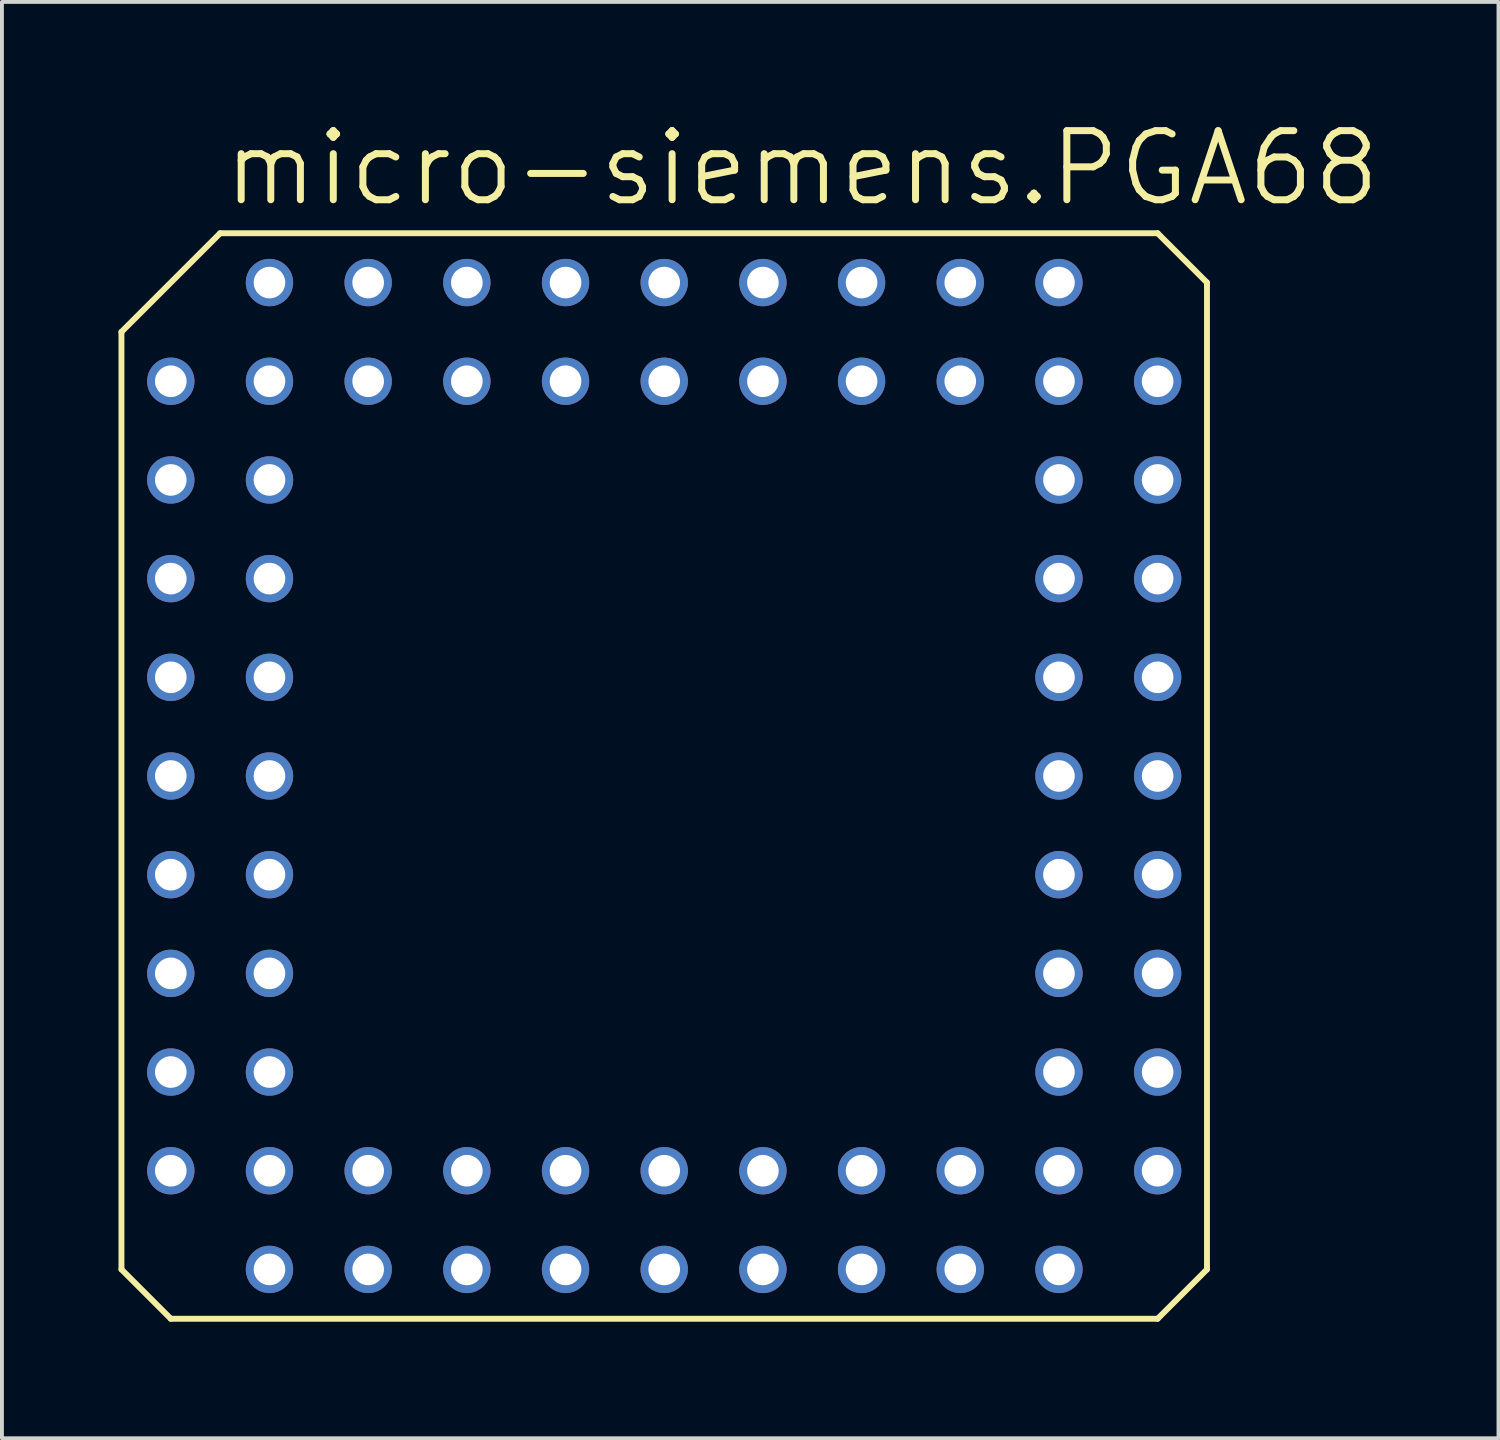
<source format=kicad_pcb>
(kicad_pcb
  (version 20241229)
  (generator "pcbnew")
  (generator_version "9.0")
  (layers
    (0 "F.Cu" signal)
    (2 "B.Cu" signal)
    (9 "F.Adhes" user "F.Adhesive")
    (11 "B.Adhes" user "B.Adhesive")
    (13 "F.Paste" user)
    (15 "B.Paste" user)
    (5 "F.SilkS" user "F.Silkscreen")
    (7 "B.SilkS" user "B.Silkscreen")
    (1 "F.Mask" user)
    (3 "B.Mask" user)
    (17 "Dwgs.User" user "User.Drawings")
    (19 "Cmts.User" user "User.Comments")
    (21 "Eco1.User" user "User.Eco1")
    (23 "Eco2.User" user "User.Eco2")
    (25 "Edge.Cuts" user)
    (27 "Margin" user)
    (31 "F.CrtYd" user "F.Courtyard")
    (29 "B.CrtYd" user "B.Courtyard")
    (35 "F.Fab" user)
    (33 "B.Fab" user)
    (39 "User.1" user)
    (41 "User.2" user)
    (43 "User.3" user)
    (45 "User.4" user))
  (footprint "micro-siemens.PGA68"
    (layer "F.Cu")
    (at 14.046 16.923)
    (property "Reference" "micro-siemens.PGA68" (at -11.43 -14.605 0) (layer "F.SilkS") (effects (font (size 1.778 1.778) (thickness 0.18)) (justify left bottom)))
    (attr through_hole)
    (fp_line (start -13.97 -11.43) (end -11.43 -13.97) (stroke (width 0.152) (type default)) (layer "F.SilkS"))
    (fp_line (start -13.97 12.7) (end -13.97 -11.43) (stroke (width 0.152) (type default)) (layer "F.SilkS"))
    (fp_line (start -12.7 13.97) (end -13.97 12.7) (stroke (width 0.152) (type default)) (layer "F.SilkS"))
    (fp_line (start -11.43 -13.97) (end 12.7 -13.97) (stroke (width 0.152) (type default)) (layer "F.SilkS"))
    (fp_line (start 12.7 -13.97) (end 13.97 -12.7) (stroke (width 0.152) (type default)) (layer "F.SilkS"))
    (fp_line (start 12.7 13.97) (end -12.7 13.97) (stroke (width 0.152) (type default)) (layer "F.SilkS"))
    (fp_line (start 13.97 -12.7) (end 13.97 12.7) (stroke (width 0.152) (type default)) (layer "F.SilkS"))
    (fp_line (start 13.97 12.7) (end 12.7 13.97) (stroke (width 0.152) (type default)) (layer "F.SilkS"))
    (pad "1" thru_hole circle (at -12.7 -10.16) (size 1.219 1.219) (drill 0.813) (layers "*.Cu" "*.Mask"))
    (pad "2" thru_hole circle (at -10.16 -10.16) (size 1.219 1.219) (drill 0.813) (layers "*.Cu" "*.Mask"))
    (pad "3" thru_hole circle (at -12.7 -7.62) (size 1.219 1.219) (drill 0.813) (layers "*.Cu" "*.Mask"))
    (pad "4" thru_hole circle (at -10.16 -7.62) (size 1.219 1.219) (drill 0.813) (layers "*.Cu" "*.Mask"))
    (pad "5" thru_hole circle (at -12.7 -5.08) (size 1.219 1.219) (drill 0.813) (layers "*.Cu" "*.Mask"))
    (pad "6" thru_hole circle (at -10.16 -5.08) (size 1.219 1.219) (drill 0.813) (layers "*.Cu" "*.Mask"))
    (pad "7" thru_hole circle (at -12.7 -2.54) (size 1.219 1.219) (drill 0.813) (layers "*.Cu" "*.Mask"))
    (pad "8" thru_hole circle (at -10.16 -2.54) (size 1.219 1.219) (drill 0.813) (layers "*.Cu" "*.Mask"))
    (pad "9" thru_hole circle (at -12.7 0) (size 1.219 1.219) (drill 0.813) (layers "*.Cu" "*.Mask"))
    (pad "10" thru_hole circle (at -10.16 0) (size 1.219 1.219) (drill 0.813) (layers "*.Cu" "*.Mask"))
    (pad "11" thru_hole circle (at -12.7 2.54) (size 1.219 1.219) (drill 0.813) (layers "*.Cu" "*.Mask"))
    (pad "12" thru_hole circle (at -10.16 2.54) (size 1.219 1.219) (drill 0.813) (layers "*.Cu" "*.Mask"))
    (pad "13" thru_hole circle (at -12.7 5.08) (size 1.219 1.219) (drill 0.813) (layers "*.Cu" "*.Mask"))
    (pad "14" thru_hole circle (at -10.16 5.08) (size 1.219 1.219) (drill 0.813) (layers "*.Cu" "*.Mask"))
    (pad "15" thru_hole circle (at -12.7 7.62) (size 1.219 1.219) (drill 0.813) (layers "*.Cu" "*.Mask"))
    (pad "16" thru_hole circle (at -10.16 7.62) (size 1.219 1.219) (drill 0.813) (layers "*.Cu" "*.Mask"))
    (pad "17" thru_hole circle (at -12.7 10.16) (size 1.219 1.219) (drill 0.813) (layers "*.Cu" "*.Mask"))
    (pad "18" thru_hole circle (at -10.16 12.7) (size 1.219 1.219) (drill 0.813) (layers "*.Cu" "*.Mask"))
    (pad "19" thru_hole circle (at -10.16 10.16) (size 1.219 1.219) (drill 0.813) (layers "*.Cu" "*.Mask"))
    (pad "20" thru_hole circle (at -7.62 12.7) (size 1.219 1.219) (drill 0.813) (layers "*.Cu" "*.Mask"))
    (pad "21" thru_hole circle (at -7.62 10.16) (size 1.219 1.219) (drill 0.813) (layers "*.Cu" "*.Mask"))
    (pad "22" thru_hole circle (at -5.08 12.7) (size 1.219 1.219) (drill 0.813) (layers "*.Cu" "*.Mask"))
    (pad "23" thru_hole circle (at -5.08 10.16) (size 1.219 1.219) (drill 0.813) (layers "*.Cu" "*.Mask"))
    (pad "24" thru_hole circle (at -2.54 12.7) (size 1.219 1.219) (drill 0.813) (layers "*.Cu" "*.Mask"))
    (pad "25" thru_hole circle (at -2.54 10.16) (size 1.219 1.219) (drill 0.813) (layers "*.Cu" "*.Mask"))
    (pad "26" thru_hole circle (at 0 12.7) (size 1.219 1.219) (drill 0.813) (layers "*.Cu" "*.Mask"))
    (pad "27" thru_hole circle (at 0 10.16) (size 1.219 1.219) (drill 0.813) (layers "*.Cu" "*.Mask"))
    (pad "28" thru_hole circle (at 2.54 12.7) (size 1.219 1.219) (drill 0.813) (layers "*.Cu" "*.Mask"))
    (pad "29" thru_hole circle (at 2.54 10.16) (size 1.219 1.219) (drill 0.813) (layers "*.Cu" "*.Mask"))
    (pad "30" thru_hole circle (at 5.08 12.7) (size 1.219 1.219) (drill 0.813) (layers "*.Cu" "*.Mask"))
    (pad "31" thru_hole circle (at 5.08 10.16) (size 1.219 1.219) (drill 0.813) (layers "*.Cu" "*.Mask"))
    (pad "32" thru_hole circle (at 7.62 12.7) (size 1.219 1.219) (drill 0.813) (layers "*.Cu" "*.Mask"))
    (pad "33" thru_hole circle (at 7.62 10.16) (size 1.219 1.219) (drill 0.813) (layers "*.Cu" "*.Mask"))
    (pad "34" thru_hole circle (at 10.16 12.7) (size 1.219 1.219) (drill 0.813) (layers "*.Cu" "*.Mask"))
    (pad "35" thru_hole circle (at 12.7 10.16) (size 1.219 1.219) (drill 0.813) (layers "*.Cu" "*.Mask"))
    (pad "36" thru_hole circle (at 10.16 10.16) (size 1.219 1.219) (drill 0.813) (layers "*.Cu" "*.Mask"))
    (pad "37" thru_hole circle (at 12.7 7.62) (size 1.219 1.219) (drill 0.813) (layers "*.Cu" "*.Mask"))
    (pad "38" thru_hole circle (at 10.16 7.62) (size 1.219 1.219) (drill 0.813) (layers "*.Cu" "*.Mask"))
    (pad "39" thru_hole circle (at 12.7 5.08) (size 1.219 1.219) (drill 0.813) (layers "*.Cu" "*.Mask"))
    (pad "40" thru_hole circle (at 10.16 5.08) (size 1.219 1.219) (drill 0.813) (layers "*.Cu" "*.Mask"))
    (pad "41" thru_hole circle (at 12.7 2.54) (size 1.219 1.219) (drill 0.813) (layers "*.Cu" "*.Mask"))
    (pad "42" thru_hole circle (at 10.16 2.54) (size 1.219 1.219) (drill 0.813) (layers "*.Cu" "*.Mask"))
    (pad "43" thru_hole circle (at 12.7 0) (size 1.219 1.219) (drill 0.813) (layers "*.Cu" "*.Mask"))
    (pad "44" thru_hole circle (at 10.16 0) (size 1.219 1.219) (drill 0.813) (layers "*.Cu" "*.Mask"))
    (pad "45" thru_hole circle (at 12.7 -2.54) (size 1.219 1.219) (drill 0.813) (layers "*.Cu" "*.Mask"))
    (pad "46" thru_hole circle (at 10.16 -2.54) (size 1.219 1.219) (drill 0.813) (layers "*.Cu" "*.Mask"))
    (pad "47" thru_hole circle (at 12.7 -5.08) (size 1.219 1.219) (drill 0.813) (layers "*.Cu" "*.Mask"))
    (pad "48" thru_hole circle (at 10.16 -5.08) (size 1.219 1.219) (drill 0.813) (layers "*.Cu" "*.Mask"))
    (pad "49" thru_hole circle (at 12.7 -7.62) (size 1.219 1.219) (drill 0.813) (layers "*.Cu" "*.Mask"))
    (pad "50" thru_hole circle (at 10.16 -7.62) (size 1.219 1.219) (drill 0.813) (layers "*.Cu" "*.Mask"))
    (pad "51" thru_hole circle (at 12.7 -10.16) (size 1.219 1.219) (drill 0.813) (layers "*.Cu" "*.Mask"))
    (pad "52" thru_hole circle (at 10.16 -12.7) (size 1.219 1.219) (drill 0.813) (layers "*.Cu" "*.Mask"))
    (pad "53" thru_hole circle (at 10.16 -10.16) (size 1.219 1.219) (drill 0.813) (layers "*.Cu" "*.Mask"))
    (pad "54" thru_hole circle (at 7.62 -12.7) (size 1.219 1.219) (drill 0.813) (layers "*.Cu" "*.Mask"))
    (pad "55" thru_hole circle (at 7.62 -10.16) (size 1.219 1.219) (drill 0.813) (layers "*.Cu" "*.Mask"))
    (pad "56" thru_hole circle (at 5.08 -12.7) (size 1.219 1.219) (drill 0.813) (layers "*.Cu" "*.Mask"))
    (pad "57" thru_hole circle (at 5.08 -10.16) (size 1.219 1.219) (drill 0.813) (layers "*.Cu" "*.Mask"))
    (pad "58" thru_hole circle (at 2.54 -12.7) (size 1.219 1.219) (drill 0.813) (layers "*.Cu" "*.Mask"))
    (pad "59" thru_hole circle (at 2.54 -10.16) (size 1.219 1.219) (drill 0.813) (layers "*.Cu" "*.Mask"))
    (pad "60" thru_hole circle (at 0 -12.7) (size 1.219 1.219) (drill 0.813) (layers "*.Cu" "*.Mask"))
    (pad "61" thru_hole circle (at 0 -10.16) (size 1.219 1.219) (drill 0.813) (layers "*.Cu" "*.Mask"))
    (pad "62" thru_hole circle (at -2.54 -12.7) (size 1.219 1.219) (drill 0.813) (layers "*.Cu" "*.Mask"))
    (pad "63" thru_hole circle (at -2.54 -10.16) (size 1.219 1.219) (drill 0.813) (layers "*.Cu" "*.Mask"))
    (pad "64" thru_hole circle (at -5.08 -12.7) (size 1.219 1.219) (drill 0.813) (layers "*.Cu" "*.Mask"))
    (pad "65" thru_hole circle (at -5.08 -10.16) (size 1.219 1.219) (drill 0.813) (layers "*.Cu" "*.Mask"))
    (pad "66" thru_hole circle (at -7.62 -12.7) (size 1.219 1.219) (drill 0.813) (layers "*.Cu" "*.Mask"))
    (pad "67" thru_hole circle (at -7.62 -10.16) (size 1.219 1.219) (drill 0.813) (layers "*.Cu" "*.Mask"))
    (pad "68" thru_hole circle (at -10.16 -12.7) (size 1.219 1.219) (drill 0.813) (layers "*.Cu" "*.Mask")))
  (gr_rect
    (start -3 -3)
    (end 35.519 33.969)
    (stroke (width 0.1) (type default))
    (fill no)
    (layer "Edge.Cuts")))
</source>
